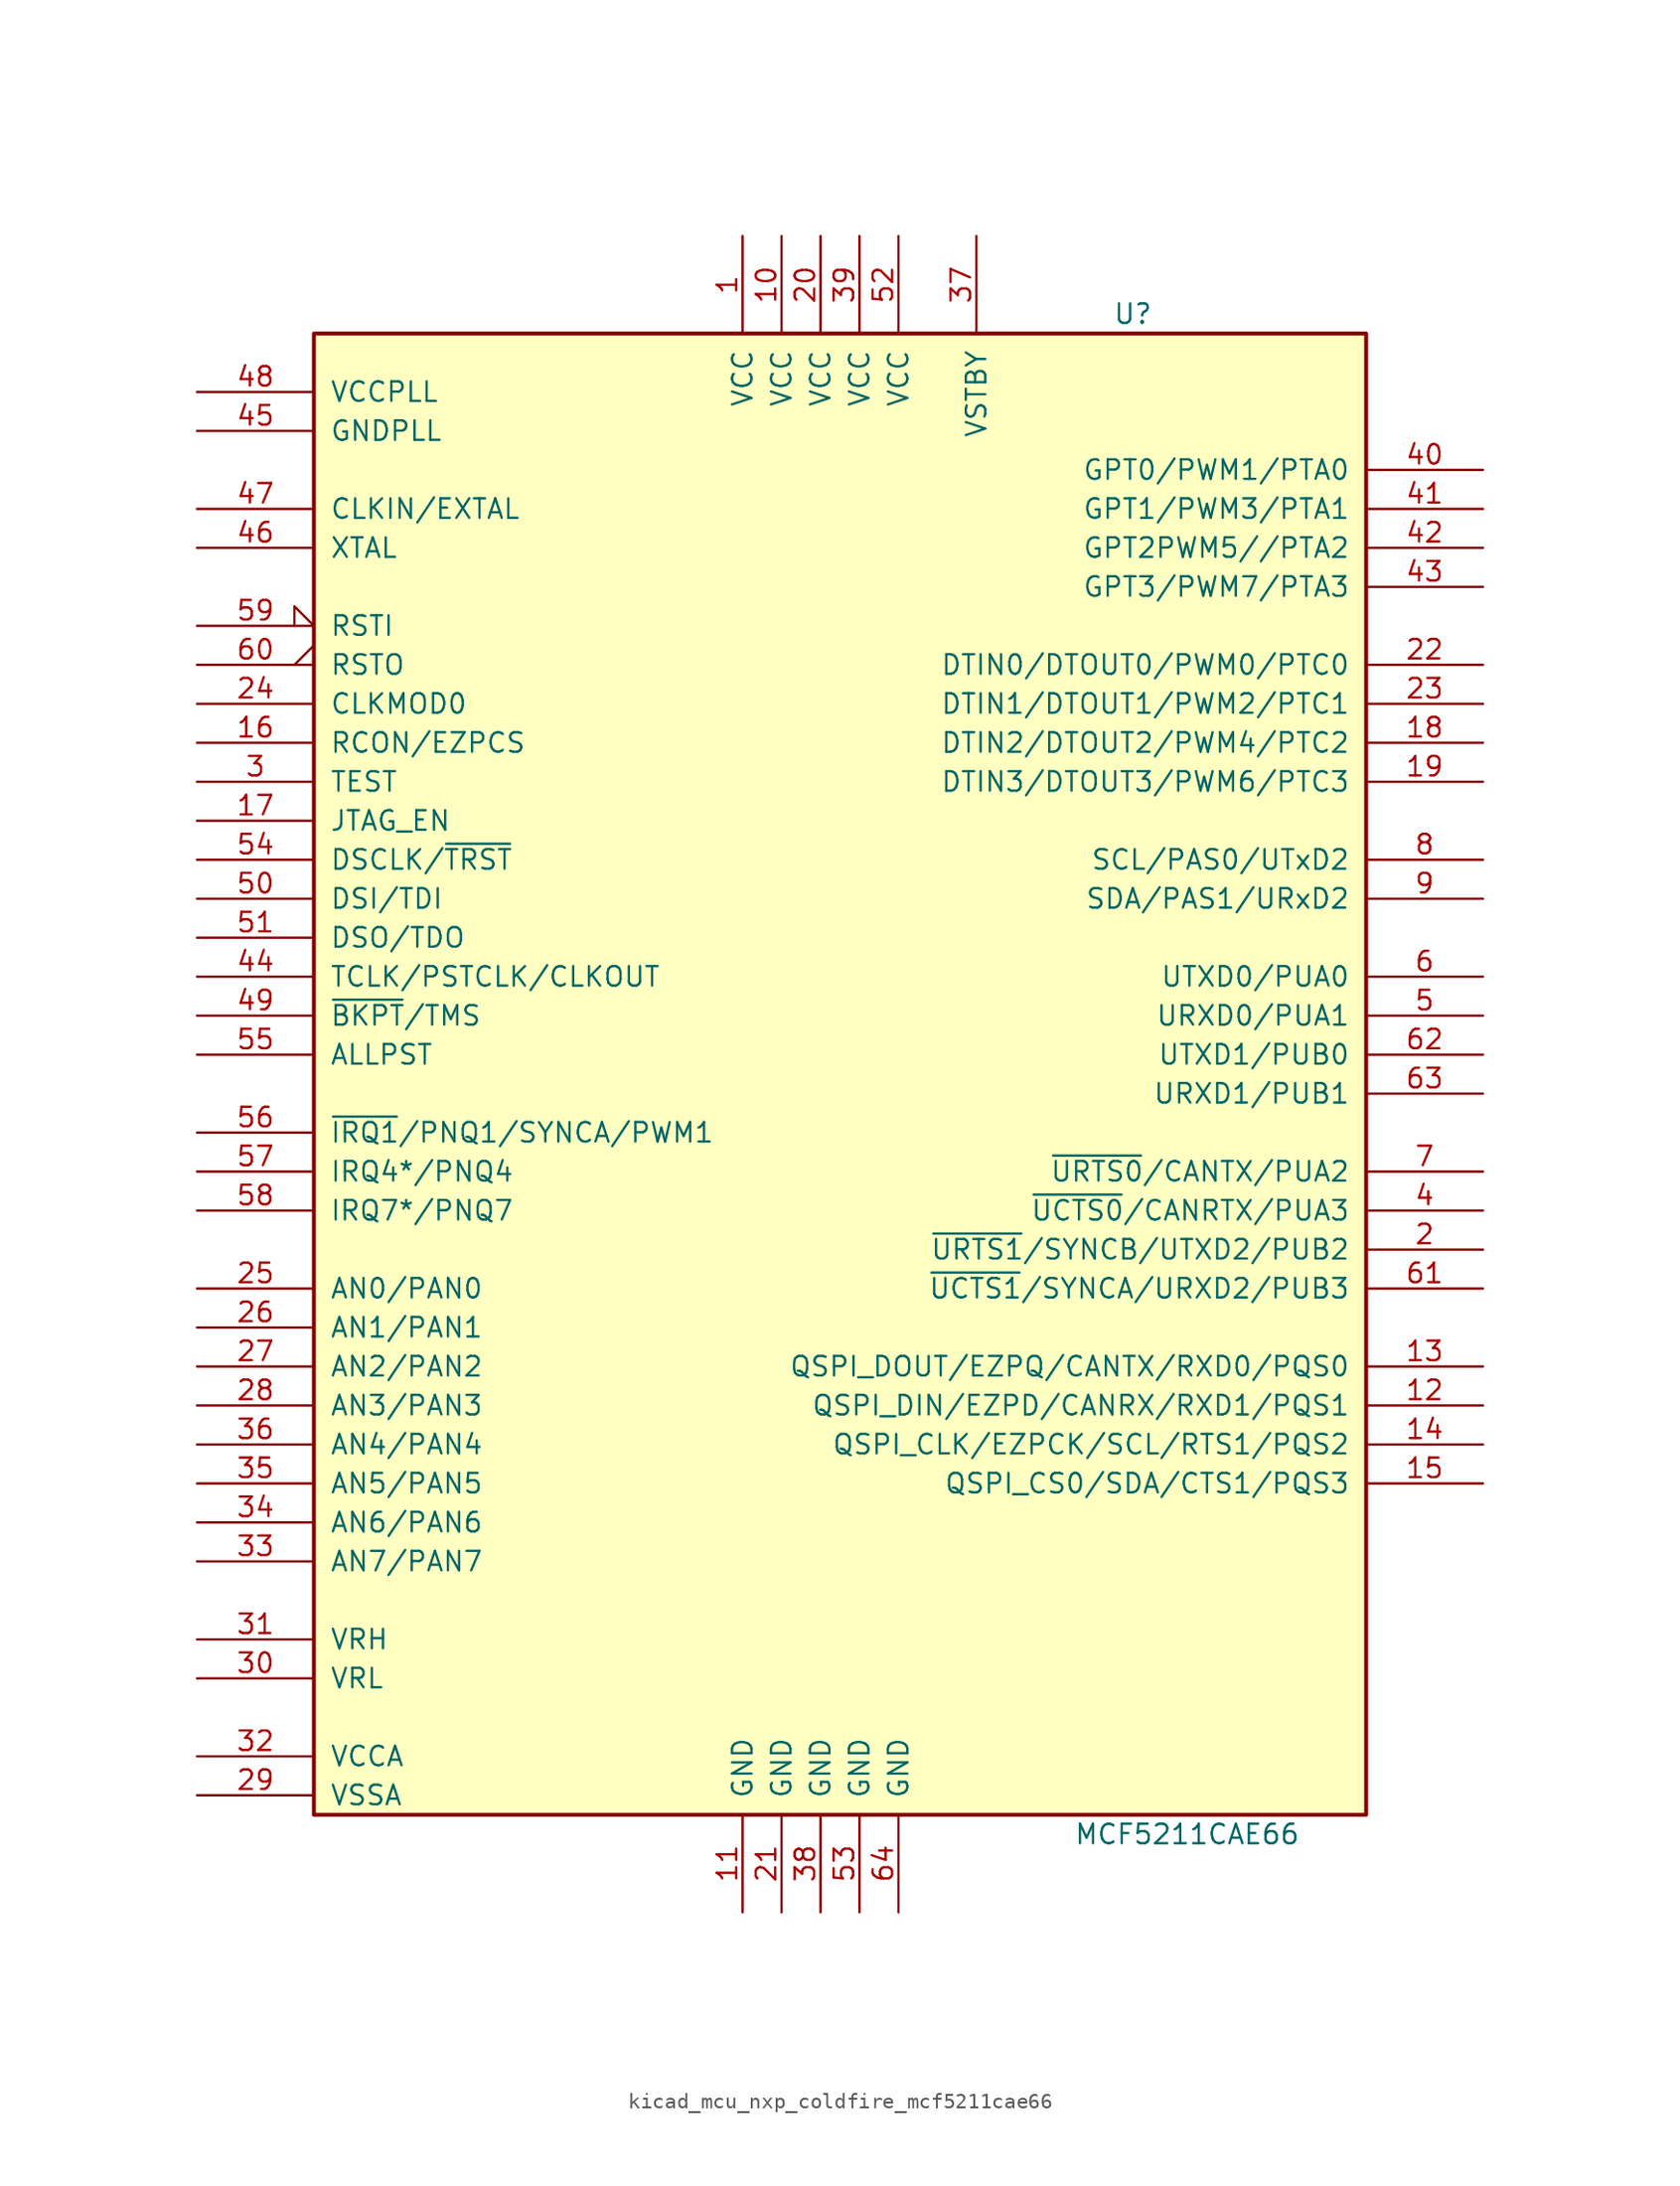
<source format=kicad_sym>
(kicad_symbol_lib
  (version 20220914)
  (generator kicad_symbol_editor)
  (symbol "kicad_mcu_nxp_coldfire_mcf5211cae66"
    (pin_names
      (offset 1.016))
    (property "Reference" "U"
      (at 19.05 50.8 0)
      (effects (font (size 1.27 1.27)) (justify left)))
    (property "Value" "MCF5211CAE66"
      (at 16.51 -48.26 0)
      (effects (font (size 1.27 1.27)) (justify left)))
    (symbol "kicad_mcu_nxp_coldfire_mcf5211cae66_0_1"
      (rectangle (start -33.02 49.53) (end 35.56 -46.99) (stroke (width 0.254) (type default)) (fill (type background))))
    (symbol "kicad_mcu_nxp_coldfire_mcf5211cae66_1_1"
      (pin power_in line (at -5.08 55.88 270) (length 6.35) (name "VCC" (effects (font (size 1.27 1.27)))) (number "1" (effects (font (size 1.27 1.27)))))
      (pin power_in line (at -2.54 55.88 270) (length 6.35) (name "VCC" (effects (font (size 1.27 1.27)))) (number "10" (effects (font (size 1.27 1.27)))))
      (pin power_in line (at -5.08 -53.34 90) (length 6.35) (name "GND" (effects (font (size 1.27 1.27)))) (number "11" (effects (font (size 1.27 1.27)))))
      (pin bidirectional line (at 43.18 -20.32 180) (length 7.62) (name "QSPI_DIN/EZPD/CANRX/RXD1/PQS1" (effects (font (size 1.27 1.27)))) (number "12" (effects (font (size 1.27 1.27)))))
      (pin bidirectional line (at 43.18 -17.78 180) (length 7.62) (name "QSPI_DOUT/EZPQ/CANTX/RXD0/PQS0" (effects (font (size 1.27 1.27)))) (number "13" (effects (font (size 1.27 1.27)))))
      (pin bidirectional line (at 43.18 -22.86 180) (length 7.62) (name "QSPI_CLK/EZPCK/SCL/RTS1/PQS2" (effects (font (size 1.27 1.27)))) (number "14" (effects (font (size 1.27 1.27)))))
      (pin bidirectional line (at 43.18 -25.4 180) (length 7.62) (name "QSPI_CS0/SDA/CTS1/PQS3" (effects (font (size 1.27 1.27)))) (number "15" (effects (font (size 1.27 1.27)))))
      (pin input line (at -40.64 22.86 0) (length 7.62) (name "RCON/EZPCS" (effects (font (size 1.27 1.27)))) (number "16" (effects (font (size 1.27 1.27)))))
      (pin input line (at -40.64 17.78 0) (length 7.62) (name "JTAG_EN" (effects (font (size 1.27 1.27)))) (number "17" (effects (font (size 1.27 1.27)))))
      (pin bidirectional line (at 43.18 22.86 180) (length 7.62) (name "DTIN2/DTOUT2/PWM4/PTC2" (effects (font (size 1.27 1.27)))) (number "18" (effects (font (size 1.27 1.27)))))
      (pin bidirectional line (at 43.18 20.32 180) (length 7.62) (name "DTIN3/DTOUT3/PWM6/PTC3" (effects (font (size 1.27 1.27)))) (number "19" (effects (font (size 1.27 1.27)))))
      (pin bidirectional line (at 43.18 -10.16 180) (length 7.62) (name "~{URTS1}/SYNCB/UTXD2/PUB2" (effects (font (size 1.27 1.27)))) (number "2" (effects (font (size 1.27 1.27)))))
      (pin power_in line (at 0 55.88 270) (length 6.35) (name "VCC" (effects (font (size 1.27 1.27)))) (number "20" (effects (font (size 1.27 1.27)))))
      (pin power_in line (at -2.54 -53.34 90) (length 6.35) (name "GND" (effects (font (size 1.27 1.27)))) (number "21" (effects (font (size 1.27 1.27)))))
      (pin bidirectional line (at 43.18 27.94 180) (length 7.62) (name "DTIN0/DTOUT0/PWM0/PTC0" (effects (font (size 1.27 1.27)))) (number "22" (effects (font (size 1.27 1.27)))))
      (pin bidirectional line (at 43.18 25.4 180) (length 7.62) (name "DTIN1/DTOUT1/PWM2/PTC1" (effects (font (size 1.27 1.27)))) (number "23" (effects (font (size 1.27 1.27)))))
      (pin input line (at -40.64 25.4 0) (length 7.62) (name "CLKMOD0" (effects (font (size 1.27 1.27)))) (number "24" (effects (font (size 1.27 1.27)))))
      (pin bidirectional line (at -40.64 -12.7 0) (length 7.62) (name "AN0/PAN0" (effects (font (size 1.27 1.27)))) (number "25" (effects (font (size 1.27 1.27)))))
      (pin bidirectional line (at -40.64 -15.24 0) (length 7.62) (name "AN1/PAN1" (effects (font (size 1.27 1.27)))) (number "26" (effects (font (size 1.27 1.27)))))
      (pin bidirectional line (at -40.64 -17.78 0) (length 7.62) (name "AN2/PAN2" (effects (font (size 1.27 1.27)))) (number "27" (effects (font (size 1.27 1.27)))))
      (pin bidirectional line (at -40.64 -20.32 0) (length 7.62) (name "AN3/PAN3" (effects (font (size 1.27 1.27)))) (number "28" (effects (font (size 1.27 1.27)))))
      (pin input line (at -40.64 -45.72 0) (length 7.62) (name "VSSA" (effects (font (size 1.27 1.27)))) (number "29" (effects (font (size 1.27 1.27)))))
      (pin input line (at -40.64 20.32 0) (length 7.62) (name "TEST" (effects (font (size 1.27 1.27)))) (number "3" (effects (font (size 1.27 1.27)))))
      (pin input line (at -40.64 -38.1 0) (length 7.62) (name "VRL" (effects (font (size 1.27 1.27)))) (number "30" (effects (font (size 1.27 1.27)))))
      (pin input line (at -40.64 -35.56 0) (length 7.62) (name "VRH" (effects (font (size 1.27 1.27)))) (number "31" (effects (font (size 1.27 1.27)))))
      (pin input line (at -40.64 -43.18 0) (length 7.62) (name "VCCA" (effects (font (size 1.27 1.27)))) (number "32" (effects (font (size 1.27 1.27)))))
      (pin bidirectional line (at -40.64 -30.48 0) (length 7.62) (name "AN7/PAN7" (effects (font (size 1.27 1.27)))) (number "33" (effects (font (size 1.27 1.27)))))
      (pin bidirectional line (at -40.64 -27.94 0) (length 7.62) (name "AN6/PAN6" (effects (font (size 1.27 1.27)))) (number "34" (effects (font (size 1.27 1.27)))))
      (pin bidirectional line (at -40.64 -25.4 0) (length 7.62) (name "AN5/PAN5" (effects (font (size 1.27 1.27)))) (number "35" (effects (font (size 1.27 1.27)))))
      (pin bidirectional line (at -40.64 -22.86 0) (length 7.62) (name "AN4/PAN4" (effects (font (size 1.27 1.27)))) (number "36" (effects (font (size 1.27 1.27)))))
      (pin power_in line (at 10.16 55.88 270) (length 6.35) (name "VSTBY" (effects (font (size 1.27 1.27)))) (number "37" (effects (font (size 1.27 1.27)))))
      (pin power_in line (at 0 -53.34 90) (length 6.35) (name "GND" (effects (font (size 1.27 1.27)))) (number "38" (effects (font (size 1.27 1.27)))))
      (pin power_in line (at 2.54 55.88 270) (length 6.35) (name "VCC" (effects (font (size 1.27 1.27)))) (number "39" (effects (font (size 1.27 1.27)))))
      (pin bidirectional line (at 43.18 -7.62 180) (length 7.62) (name "~{UCTS0}/CANRTX/PUA3" (effects (font (size 1.27 1.27)))) (number "4" (effects (font (size 1.27 1.27)))))
      (pin bidirectional line (at 43.18 40.64 180) (length 7.62) (name "GPT0/PWM1/PTA0" (effects (font (size 1.27 1.27)))) (number "40" (effects (font (size 1.27 1.27)))))
      (pin bidirectional line (at 43.18 38.1 180) (length 7.62) (name "GPT1/PWM3/PTA1" (effects (font (size 1.27 1.27)))) (number "41" (effects (font (size 1.27 1.27)))))
      (pin bidirectional line (at 43.18 35.56 180) (length 7.62) (name "GPT2PWM5//PTA2" (effects (font (size 1.27 1.27)))) (number "42" (effects (font (size 1.27 1.27)))))
      (pin bidirectional line (at 43.18 33.02 180) (length 7.62) (name "GPT3/PWM7/PTA3" (effects (font (size 1.27 1.27)))) (number "43" (effects (font (size 1.27 1.27)))))
      (pin input line (at -40.64 7.62 0) (length 7.62) (name "TCLK/PSTCLK/CLKOUT" (effects (font (size 1.27 1.27)))) (number "44" (effects (font (size 1.27 1.27)))))
      (pin passive line (at -40.64 43.18 0) (length 7.62) (name "GNDPLL" (effects (font (size 1.27 1.27)))) (number "45" (effects (font (size 1.27 1.27)))))
      (pin output line (at -40.64 35.56 0) (length 7.62) (name "XTAL" (effects (font (size 1.27 1.27)))) (number "46" (effects (font (size 1.27 1.27)))))
      (pin input line (at -40.64 38.1 0) (length 7.62) (name "CLKIN/EXTAL" (effects (font (size 1.27 1.27)))) (number "47" (effects (font (size 1.27 1.27)))))
      (pin passive line (at -40.64 45.72 0) (length 7.62) (name "VCCPLL" (effects (font (size 1.27 1.27)))) (number "48" (effects (font (size 1.27 1.27)))))
      (pin input line (at -40.64 5.08 0) (length 7.62) (name "~{BKPT}/TMS" (effects (font (size 1.27 1.27)))) (number "49" (effects (font (size 1.27 1.27)))))
      (pin bidirectional line (at 43.18 5.08 180) (length 7.62) (name "URXD0/PUA1" (effects (font (size 1.27 1.27)))) (number "5" (effects (font (size 1.27 1.27)))))
      (pin input line (at -40.64 12.7 0) (length 7.62) (name "DSI/TDI" (effects (font (size 1.27 1.27)))) (number "50" (effects (font (size 1.27 1.27)))))
      (pin output line (at -40.64 10.16 0) (length 7.62) (name "DSO/TDO" (effects (font (size 1.27 1.27)))) (number "51" (effects (font (size 1.27 1.27)))))
      (pin power_in line (at 5.08 55.88 270) (length 6.35) (name "VCC" (effects (font (size 1.27 1.27)))) (number "52" (effects (font (size 1.27 1.27)))))
      (pin power_in line (at 2.54 -53.34 90) (length 6.35) (name "GND" (effects (font (size 1.27 1.27)))) (number "53" (effects (font (size 1.27 1.27)))))
      (pin input line (at -40.64 15.24 0) (length 7.62) (name "DSCLK/~{TRST}" (effects (font (size 1.27 1.27)))) (number "54" (effects (font (size 1.27 1.27)))))
      (pin output line (at -40.64 2.54 0) (length 7.62) (name "ALLPST" (effects (font (size 1.27 1.27)))) (number "55" (effects (font (size 1.27 1.27)))))
      (pin bidirectional line (at -40.64 -2.54 0) (length 7.62) (name "~{IRQ1}/PNQ1/SYNCA/PWM1" (effects (font (size 1.27 1.27)))) (number "56" (effects (font (size 1.27 1.27)))))
      (pin bidirectional line (at -40.64 -5.08 0) (length 7.62) (name "IRQ4*/PNQ4" (effects (font (size 1.27 1.27)))) (number "57" (effects (font (size 1.27 1.27)))))
      (pin bidirectional line (at -40.64 -7.62 0) (length 7.62) (name "IRQ7*/PNQ7" (effects (font (size 1.27 1.27)))) (number "58" (effects (font (size 1.27 1.27)))))
      (pin input input_low (at -40.64 30.48 0) (length 7.62) (name "RSTI" (effects (font (size 1.27 1.27)))) (number "59" (effects (font (size 1.27 1.27)))))
      (pin bidirectional line (at 43.18 7.62 180) (length 7.62) (name "UTXD0/PUA0" (effects (font (size 1.27 1.27)))) (number "6" (effects (font (size 1.27 1.27)))))
      (pin output output_low (at -40.64 27.94 0) (length 7.62) (name "RSTO" (effects (font (size 1.27 1.27)))) (number "60" (effects (font (size 1.27 1.27)))))
      (pin bidirectional line (at 43.18 -12.7 180) (length 7.62) (name "~{UCTS1}/SYNCA/URXD2/PUB3" (effects (font (size 1.27 1.27)))) (number "61" (effects (font (size 1.27 1.27)))))
      (pin bidirectional line (at 43.18 2.54 180) (length 7.62) (name "UTXD1/PUB0" (effects (font (size 1.27 1.27)))) (number "62" (effects (font (size 1.27 1.27)))))
      (pin bidirectional line (at 43.18 0 180) (length 7.62) (name "URXD1/PUB1" (effects (font (size 1.27 1.27)))) (number "63" (effects (font (size 1.27 1.27)))))
      (pin power_in line (at 5.08 -53.34 90) (length 6.35) (name "GND" (effects (font (size 1.27 1.27)))) (number "64" (effects (font (size 1.27 1.27)))))
      (pin bidirectional line (at 43.18 -5.08 180) (length 7.62) (name "~{URTS0}/CANTX/PUA2" (effects (font (size 1.27 1.27)))) (number "7" (effects (font (size 1.27 1.27)))))
      (pin bidirectional line (at 43.18 15.24 180) (length 7.62) (name "SCL/PAS0/UTxD2" (effects (font (size 1.27 1.27)))) (number "8" (effects (font (size 1.27 1.27)))))
      (pin bidirectional line (at 43.18 12.7 180) (length 7.62) (name "SDA/PAS1/URxD2" (effects (font (size 1.27 1.27)))) (number "9" (effects (font (size 1.27 1.27))))))))
</source>
